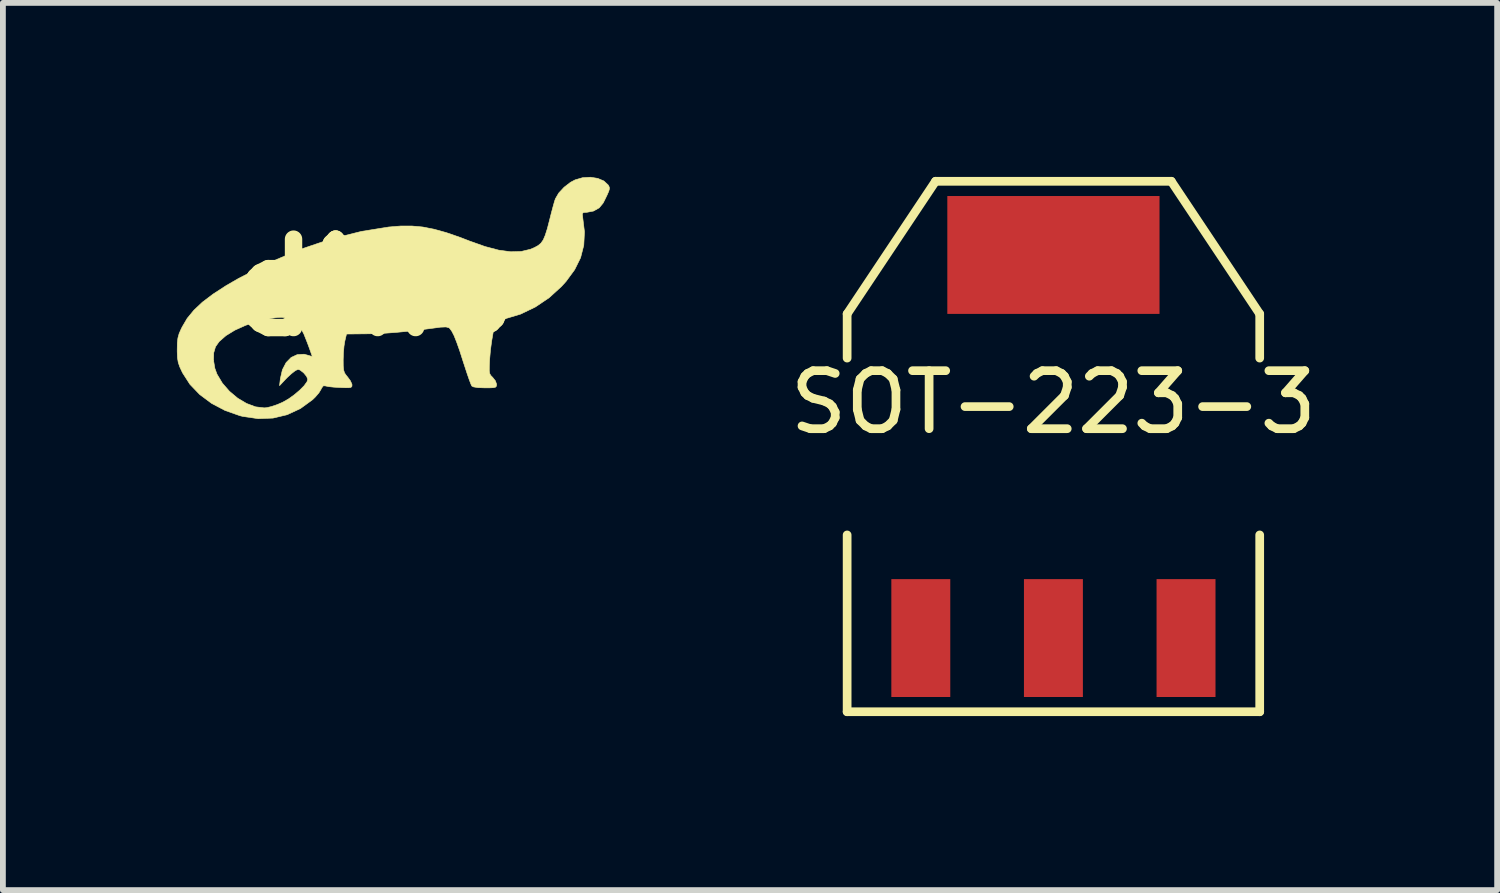
<source format=kicad_pcb>
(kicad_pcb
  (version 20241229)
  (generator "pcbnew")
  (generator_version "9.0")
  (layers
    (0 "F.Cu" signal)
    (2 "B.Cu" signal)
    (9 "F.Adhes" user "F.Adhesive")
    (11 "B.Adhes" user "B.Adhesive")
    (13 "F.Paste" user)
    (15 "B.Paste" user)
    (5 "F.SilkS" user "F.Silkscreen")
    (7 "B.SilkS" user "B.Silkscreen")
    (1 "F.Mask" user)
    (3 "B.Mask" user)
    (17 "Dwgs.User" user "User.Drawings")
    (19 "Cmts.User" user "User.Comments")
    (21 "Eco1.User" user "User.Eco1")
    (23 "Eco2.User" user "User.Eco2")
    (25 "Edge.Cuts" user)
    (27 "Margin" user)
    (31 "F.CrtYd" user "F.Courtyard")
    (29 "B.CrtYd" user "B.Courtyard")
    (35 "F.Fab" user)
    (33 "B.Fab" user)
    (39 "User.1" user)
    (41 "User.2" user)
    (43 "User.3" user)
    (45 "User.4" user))
  (footprint "dino"
    (layer "F.Cu")
    (at 3.425 1.907)
    (property "Reference" "dino" (at 0 0 0) (layer "F.SilkS") (effects (font (size 1.524 1.524) (thickness 0.3))))
    (attr through_hole)
    (fp_poly (pts (xy 3.829 -1.882) (xy 3.935 -1.837) (xy 4.009 -1.768) (xy 4.019 -1.751) (xy 4.029 -1.727) (xy 4.03 -1.7) (xy 4.019 -1.661) (xy 3.992 -1.599) (xy 3.947 -1.506) (xy 3.922 -1.457) (xy 3.855 -1.375) (xy 3.756 -1.319) (xy 3.64 -1.297) (xy 3.635 -1.297) (xy 3.581 -1.293) (xy 3.563 -1.272) (xy 3.569 -1.217) (xy 3.569 -1.214) (xy 3.6 -0.96) (xy 3.588 -0.729) (xy 3.533 -0.514) (xy 3.431 -0.308) (xy 3.282 -0.105) (xy 3.204 -0.019) (xy 2.99 0.176) (xy 2.752 0.336) (xy 2.498 0.458) (xy 2.238 0.536) (xy 2.172 0.548) (xy 2.07 0.564) (xy 2.024 0.784) (xy 2.001 0.918) (xy 1.98 1.073) (xy 1.967 1.22) (xy 1.965 1.246) (xy 1.96 1.359) (xy 1.959 1.433) (xy 1.966 1.48) (xy 1.983 1.513) (xy 2.011 1.542) (xy 2.018 1.549) (xy 2.064 1.607) (xy 2.085 1.665) (xy 2.085 1.67) (xy 2.082 1.699) (xy 2.067 1.717) (xy 2.029 1.726) (xy 1.957 1.729) (xy 1.885 1.729) (xy 1.764 1.725) (xy 1.686 1.712) (xy 1.658 1.697) (xy 1.642 1.663) (xy 1.614 1.589) (xy 1.578 1.485) (xy 1.537 1.36) (xy 1.512 1.284) (xy 1.45 1.09) (xy 1.397 0.941) (xy 1.353 0.83) (xy 1.314 0.754) (xy 1.279 0.706) (xy 1.267 0.694) (xy 1.214 0.679) (xy 1.114 0.683) (xy 1.081 0.688) (xy 0.801 0.725) (xy 0.562 0.753) (xy 0.352 0.773) (xy 0.163 0.787) (xy -0.016 0.795) (xy -0.122 0.797) (xy -0.502 0.801) (xy -0.531 0.924) (xy -0.545 1.011) (xy -0.555 1.126) (xy -0.559 1.243) (xy -0.559 1.251) (xy -0.558 1.355) (xy -0.551 1.424) (xy -0.535 1.473) (xy -0.504 1.517) (xy -0.483 1.542) (xy -0.436 1.606) (xy -0.409 1.665) (xy -0.407 1.681) (xy -0.41 1.706) (xy -0.427 1.721) (xy -0.468 1.727) (xy -0.543 1.726) (xy -0.617 1.723) (xy -0.719 1.717) (xy -0.806 1.708) (xy -0.86 1.697) (xy -0.867 1.695) (xy -0.902 1.694) (xy -0.932 1.734) (xy -0.941 1.754) (xy -0.978 1.815) (xy -1.04 1.887) (xy -1.087 1.933) (xy -1.297 2.086) (xy -1.525 2.192) (xy -1.769 2.25) (xy -2.024 2.26) (xy -2.29 2.221) (xy -2.339 2.209) (xy -2.595 2.119) (xy -2.828 1.996) (xy -3.032 1.844) (xy -3.201 1.668) (xy -3.327 1.472) (xy -3.333 1.46) (xy -3.377 1.366) (xy -3.403 1.289) (xy -3.408 1.256) (xy -2.794 1.256) (xy -2.771 1.393) (xy -2.735 1.492) (xy -2.642 1.648) (xy -2.52 1.788) (xy -2.378 1.907) (xy -2.225 1.998) (xy -2.07 2.056) (xy -1.921 2.074) (xy -1.881 2.071) (xy -1.798 2.052) (xy -1.694 2.017) (xy -1.604 1.978) (xy -1.503 1.921) (xy -1.401 1.848) (xy -1.308 1.769) (xy -1.232 1.692) (xy -1.183 1.624) (xy -1.17 1.584) (xy -1.188 1.534) (xy -1.234 1.477) (xy -1.249 1.463) (xy -1.302 1.422) (xy -1.337 1.411) (xy -1.375 1.427) (xy -1.395 1.44) (xy -1.451 1.484) (xy -1.521 1.548) (xy -1.559 1.587) (xy -1.656 1.691) (xy -1.642 1.57) (xy -1.607 1.417) (xy -1.543 1.294) (xy -1.456 1.205) (xy -1.351 1.156) (xy -1.234 1.149) (xy -1.159 1.169) (xy -1.111 1.184) (xy -1.093 1.185) (xy -1.102 1.159) (xy -1.124 1.096) (xy -1.156 1.007) (xy -1.181 0.941) (xy -1.237 0.8) (xy -1.29 0.7) (xy -1.346 0.629) (xy -1.414 0.579) (xy -1.494 0.543) (xy -1.56 0.521) (xy -1.621 0.512) (xy -1.694 0.516) (xy -1.796 0.531) (xy -2.027 0.581) (xy -2.239 0.65) (xy -2.426 0.734) (xy -2.581 0.829) (xy -2.698 0.932) (xy -2.76 1.02) (xy -2.791 1.125) (xy -2.794 1.256) (xy -3.408 1.256) (xy -3.416 1.21) (xy -3.42 1.106) (xy -3.42 1.068) (xy -3.418 0.953) (xy -3.408 0.869) (xy -3.387 0.793) (xy -3.349 0.707) (xy -3.334 0.678) (xy -3.248 0.531) (xy -3.133 0.391) (xy -2.986 0.252) (xy -2.801 0.112) (xy -2.576 -0.034) (xy -2.363 -0.157) (xy -1.826 -0.433) (xy -1.293 -0.66) (xy -0.765 -0.839) (xy -0.244 -0.968) (xy 0.227 -1.044) (xy 0.432 -1.061) (xy 0.623 -1.061) (xy 0.811 -1.044) (xy 1.006 -1.006) (xy 1.219 -0.947) (xy 1.459 -0.864) (xy 1.619 -0.802) (xy 1.887 -0.707) (xy 2.122 -0.645) (xy 2.328 -0.617) (xy 2.509 -0.622) (xy 2.668 -0.66) (xy 2.737 -0.689) (xy 2.801 -0.724) (xy 2.85 -0.765) (xy 2.89 -0.822) (xy 2.924 -0.902) (xy 2.96 -1.015) (xy 2.998 -1.162) (xy 3.029 -1.285) (xy 3.059 -1.397) (xy 3.083 -1.483) (xy 3.099 -1.531) (xy 3.157 -1.63) (xy 3.249 -1.729) (xy 3.359 -1.814) (xy 3.438 -1.856) (xy 3.568 -1.894) (xy 3.703 -1.902) (xy 3.829 -1.882)) (stroke (width 0.01) (type solid)) (fill yes) (layer "F.SilkS")))
  (footprint "SOT-223-3"
    (layer "F.Cu")
    (at 15.109 4.647)
    (property "Reference" "SOT-223-3" (at 0 -0.762 0) (layer "F.SilkS") (effects (font (size 1 1) (thickness 0.15))))
    (attr smd)
    (fp_line (start -3.556 -2.286) (end -2.032 -4.572) (stroke (width 0.15) (type solid)) (layer "F.SilkS"))
    (fp_line (start -3.556 -1.524) (end -3.556 -2.286) (stroke (width 0.15) (type solid)) (layer "F.SilkS"))
    (fp_line (start -3.556 1.524) (end -3.556 4.572) (stroke (width 0.15) (type solid)) (layer "F.SilkS"))
    (fp_line (start -3.556 4.572) (end 3.556 4.572) (stroke (width 0.15) (type solid)) (layer "F.SilkS"))
    (fp_line (start -2.032 -4.572) (end 2.032 -4.572) (stroke (width 0.15) (type solid)) (layer "F.SilkS"))
    (fp_line (start 2.032 -4.572) (end 3.556 -2.286) (stroke (width 0.15) (type solid)) (layer "F.SilkS"))
    (fp_line (start 3.556 -2.286) (end 3.556 -1.524) (stroke (width 0.15) (type solid)) (layer "F.SilkS"))
    (fp_line (start 3.556 4.572) (end 3.556 1.524) (stroke (width 0.15) (type solid)) (layer "F.SilkS"))
    (pad "" smd rect (at 0 -3.302) (size 3.658 2.032) (layers "F.Cu" "F.Mask" "F.Paste"))
    (pad "1" smd rect (at -2.286 3.302) (size 1.016 2.032) (layers "F.Cu" "F.Mask" "F.Paste"))
    (pad "2" smd rect (at 0 3.302) (size 1.016 2.032) (layers "F.Cu" "F.Mask" "F.Paste"))
    (pad "3" smd rect (at 2.286 3.302) (size 1.016 2.032) (layers "F.Cu" "F.Mask" "F.Paste")))
  (gr_rect
    (start -3 -3)
    (end 22.758 12.294)
    (stroke (width 0.1) (type default))
    (fill no)
    (layer "Edge.Cuts")))
</source>
